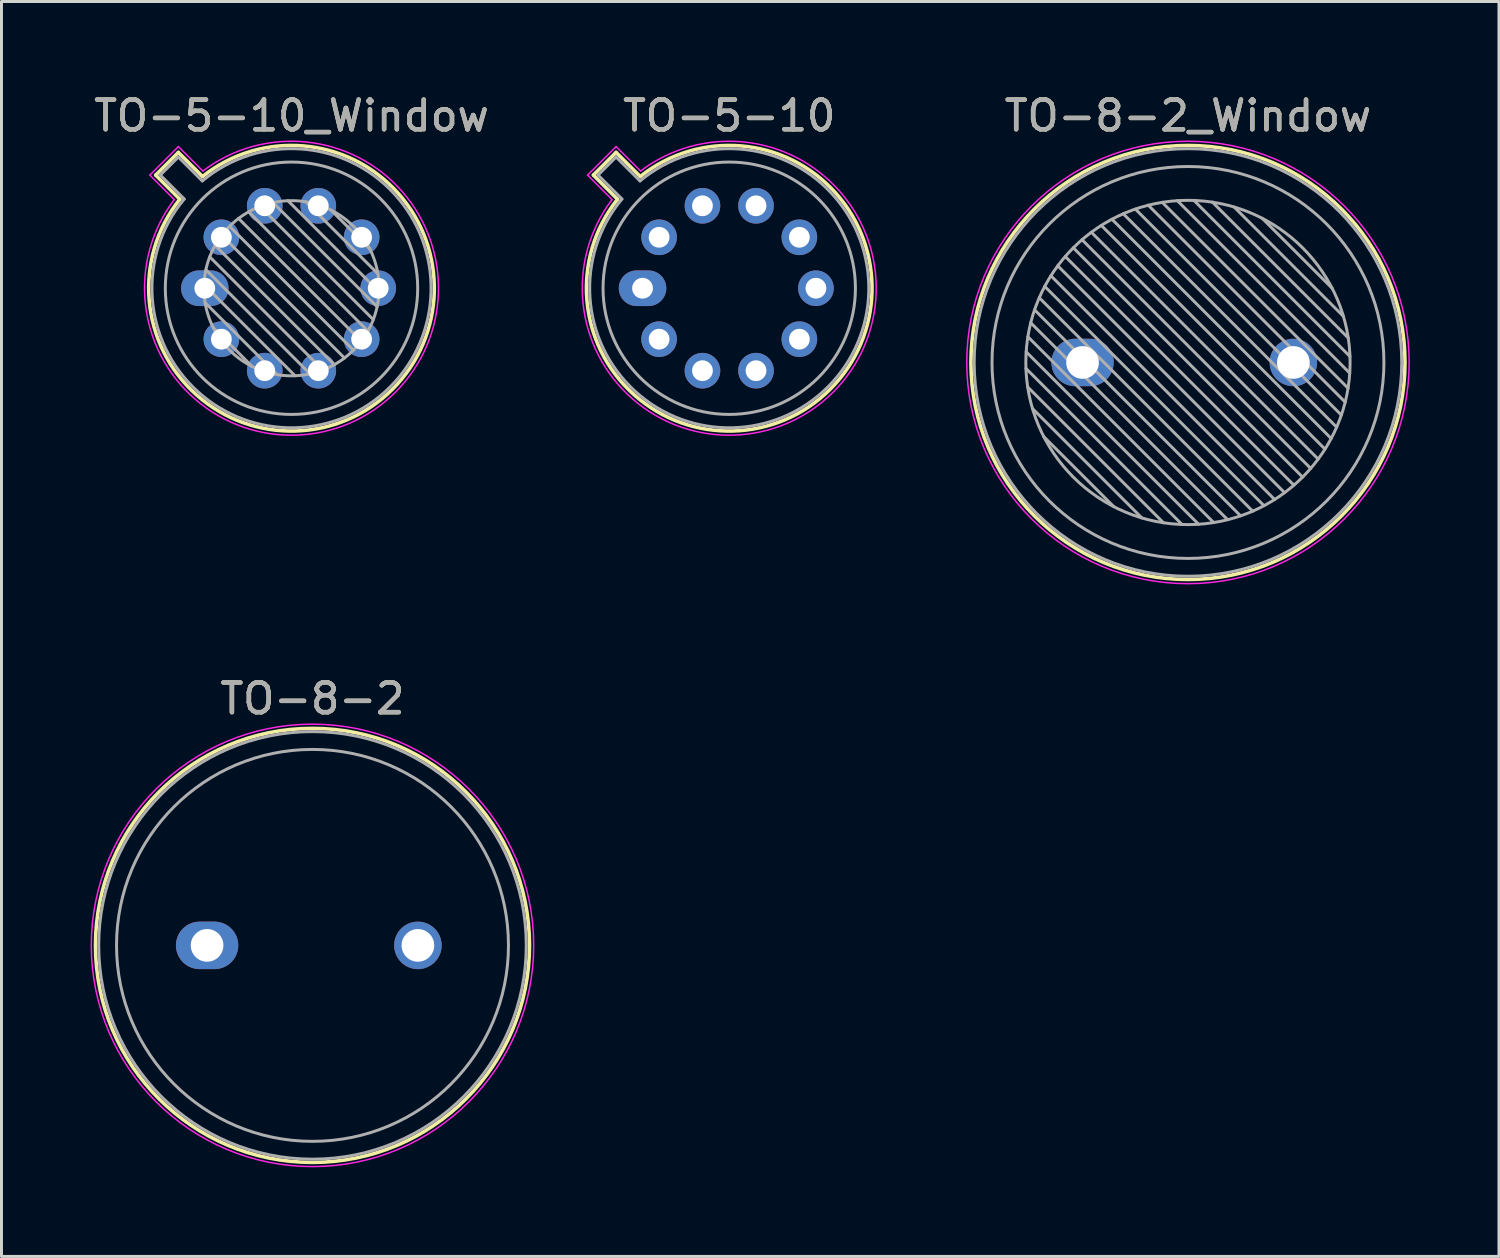
<source format=kicad_pcb>
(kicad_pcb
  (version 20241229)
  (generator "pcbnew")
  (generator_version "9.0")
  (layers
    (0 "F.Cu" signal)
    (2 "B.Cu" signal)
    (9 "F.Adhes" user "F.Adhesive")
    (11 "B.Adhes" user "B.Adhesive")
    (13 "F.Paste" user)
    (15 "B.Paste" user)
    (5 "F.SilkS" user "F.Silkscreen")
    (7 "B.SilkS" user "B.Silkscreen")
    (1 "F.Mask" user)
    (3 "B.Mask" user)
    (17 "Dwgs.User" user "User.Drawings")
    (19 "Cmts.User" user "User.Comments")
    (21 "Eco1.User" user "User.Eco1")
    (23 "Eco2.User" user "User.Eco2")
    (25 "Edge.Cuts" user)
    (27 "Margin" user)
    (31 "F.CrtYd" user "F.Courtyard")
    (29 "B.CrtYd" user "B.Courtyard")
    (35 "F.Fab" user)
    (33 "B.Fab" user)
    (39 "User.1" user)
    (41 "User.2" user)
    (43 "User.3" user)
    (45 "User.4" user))
  (footprint "TO-8-2"
    (layer "F.Cu")
    (at 3.925 28.791)
    (property "Reference" "TO-8-2" (at 3.55 -8.31 0) (layer "F.SilkS") (effects (font (size 1 1) (thickness 0.15))))
    (attr through_hole)
    (fp_circle (center 3.55 0) (end 10.86 0) (stroke (width 0.12) (type solid)) (fill no) (layer "F.SilkS"))
    (fp_circle (center 3.55 0) (end 11 0) (stroke (width 0.05) (type solid)) (fill no) (layer "F.CrtYd"))
    (fp_circle (center 3.55 0) (end 10.15 0) (stroke (width 0.1) (type solid)) (fill no) (layer "F.Fab"))
    (fp_circle (center 3.55 0) (end 10.75 0) (stroke (width 0.1) (type solid)) (fill no) (layer "F.Fab"))
    (fp_text user "${REFERENCE}" (at 3.55 -8.31 0) (layer "F.Fab") (effects (font (size 1 1) (thickness 0.15))))
    (pad "1" thru_hole oval (at 0 0) (size 2.1 1.6) (drill 1.1) (layers "*.Cu" "*.Mask"))
    (pad "2" thru_hole circle (at 7.1 0) (size 1.6 1.6) (drill 1.1) (layers "*.Cu" "*.Mask")))
  (footprint "TO-8-2_Window"
    (layer "F.Cu")
    (at 33.411 9.158)
    (property "Reference" "TO-8-2_Window" (at 3.55 -8.31 0) (layer "F.SilkS") (effects (font (size 1 1) (thickness 0.15))))
    (attr through_hole)
    (fp_circle (center 3.55 0) (end 10.86 0) (stroke (width 0.12) (type solid)) (fill no) (layer "F.SilkS"))
    (fp_circle (center 3.55 0) (end 11 0) (stroke (width 0.05) (type solid)) (fill no) (layer "F.CrtYd"))
    (fp_line (start -1.908 0.2) (end 3.35 5.458) (stroke (width 0.1) (type solid)) (layer "F.Fab"))
    (fp_line (start -1.9 -0.359) (end 3.909 5.45) (stroke (width 0.1) (type solid)) (layer "F.Fab"))
    (fp_line (start -1.849 0.825) (end 2.725 5.399) (stroke (width 0.1) (type solid)) (layer "F.Fab"))
    (fp_line (start -1.842 -0.867) (end 4.417 5.392) (stroke (width 0.1) (type solid)) (layer "F.Fab"))
    (fp_line (start -1.746 -1.336) (end 4.886 5.296) (stroke (width 0.1) (type solid)) (layer "F.Fab"))
    (fp_line (start -1.686 1.553) (end 1.997 5.236) (stroke (width 0.1) (type solid)) (layer "F.Fab"))
    (fp_line (start -1.616 -1.772) (end 5.322 5.166) (stroke (width 0.1) (type solid)) (layer "F.Fab"))
    (fp_line (start -1.458 -2.18) (end 5.73 5.008) (stroke (width 0.1) (type solid)) (layer "F.Fab"))
    (fp_line (start -1.307 2.498) (end 1.052 4.857) (stroke (width 0.1) (type solid)) (layer "F.Fab"))
    (fp_line (start -1.274 -2.561) (end 6.111 4.824) (stroke (width 0.1) (type solid)) (layer "F.Fab"))
    (fp_line (start -1.066 -2.919) (end 6.469 4.616) (stroke (width 0.1) (type solid)) (layer "F.Fab"))
    (fp_line (start -0.836 -3.255) (end 6.805 4.386) (stroke (width 0.1) (type solid)) (layer "F.Fab"))
    (fp_line (start -0.584 -3.569) (end 7.119 4.134) (stroke (width 0.1) (type solid)) (layer "F.Fab"))
    (fp_line (start -0.312 -3.862) (end 7.412 3.862) (stroke (width 0.1) (type solid)) (layer "F.Fab"))
    (fp_line (start -0.019 -4.134) (end 7.684 3.569) (stroke (width 0.1) (type solid)) (layer "F.Fab"))
    (fp_line (start 0.295 -4.386) (end 7.936 3.255) (stroke (width 0.1) (type solid)) (layer "F.Fab"))
    (fp_line (start 0.631 -4.616) (end 8.166 2.919) (stroke (width 0.1) (type solid)) (layer "F.Fab"))
    (fp_line (start 0.989 -4.824) (end 8.374 2.561) (stroke (width 0.1) (type solid)) (layer "F.Fab"))
    (fp_line (start 1.37 -5.008) (end 8.558 2.18) (stroke (width 0.1) (type solid)) (layer "F.Fab"))
    (fp_line (start 1.778 -5.166) (end 8.716 1.772) (stroke (width 0.1) (type solid)) (layer "F.Fab"))
    (fp_line (start 2.214 -5.296) (end 8.846 1.336) (stroke (width 0.1) (type solid)) (layer "F.Fab"))
    (fp_line (start 2.683 -5.392) (end 8.942 0.867) (stroke (width 0.1) (type solid)) (layer "F.Fab"))
    (fp_line (start 3.191 -5.45) (end 9 0.359) (stroke (width 0.1) (type solid)) (layer "F.Fab"))
    (fp_line (start 3.75 -5.458) (end 9.008 -0.2) (stroke (width 0.1) (type solid)) (layer "F.Fab"))
    (fp_line (start 4.375 -5.399) (end 8.949 -0.825) (stroke (width 0.1) (type solid)) (layer "F.Fab"))
    (fp_line (start 5.103 -5.236) (end 8.786 -1.553) (stroke (width 0.1) (type solid)) (layer "F.Fab"))
    (fp_line (start 6.048 -4.857) (end 8.407 -2.498) (stroke (width 0.1) (type solid)) (layer "F.Fab"))
    (fp_circle (center 3.55 0) (end 9.011 0) (stroke (width 0.1) (type solid)) (fill no) (layer "F.Fab"))
    (fp_circle (center 3.55 0) (end 10.15 0) (stroke (width 0.1) (type solid)) (fill no) (layer "F.Fab"))
    (fp_circle (center 3.55 0) (end 10.75 0) (stroke (width 0.1) (type solid)) (fill no) (layer "F.Fab"))
    (fp_text user "${REFERENCE}" (at 3.55 -8.31 0) (layer "F.Fab") (effects (font (size 1 1) (thickness 0.15))))
    (pad "1" thru_hole oval (at 0 0) (size 2.1 1.6) (drill 1.1) (layers "*.Cu" "*.Mask"))
    (pad "2" thru_hole circle (at 7.1 0) (size 1.6 1.6) (drill 1.1) (layers "*.Cu" "*.Mask")))
  (footprint "TO-5-10"
    (layer "F.Cu")
    (at 18.591 6.658)
    (property "Reference" "TO-5-10" (at 2.92 -5.81 0) (layer "F.SilkS") (effects (font (size 1 1) (thickness 0.15))))
    (attr through_hole)
    (fp_line (start -1.655 -3.811) (end -0.842 -2.998) (stroke (width 0.12) (type solid)) (layer "F.SilkS"))
    (fp_line (start -0.891 -4.575) (end -1.655 -3.811) (stroke (width 0.12) (type solid)) (layer "F.SilkS"))
    (fp_line (start -0.078 -3.762) (end -0.891 -4.575) (stroke (width 0.12) (type solid)) (layer "F.SilkS"))
    (fp_arc (start -0.077844 -3.76152) (mid 6.321184 3.401184) (end -0.84152 -2.997844) (stroke (width 0.12) (type solid)) (layer "F.SilkS"))
    (fp_line (start -1.851 -3.81) (end -1.028 -2.986) (stroke (width 0.05) (type solid)) (layer "F.CrtYd"))
    (fp_line (start -0.89 -4.771) (end -1.851 -3.81) (stroke (width 0.05) (type solid)) (layer "F.CrtYd"))
    (fp_line (start -0.066 -3.948) (end -0.89 -4.771) (stroke (width 0.05) (type solid)) (layer "F.CrtYd"))
    (fp_arc (start -0.066162 -3.947827) (mid 6.420179 3.500179) (end -1.027827 -2.986162) (stroke (width 0.05) (type solid)) (layer "F.CrtYd"))
    (fp_line (start -1.5 -3.812) (end -0.694 -3.005) (stroke (width 0.1) (type solid)) (layer "F.Fab"))
    (fp_line (start -0.892 -4.42) (end -1.5 -3.812) (stroke (width 0.1) (type solid)) (layer "F.Fab"))
    (fp_line (start -0.085 -3.614) (end -0.892 -4.42) (stroke (width 0.1) (type solid)) (layer "F.Fab"))
    (fp_arc (start -0.085408 -3.61352) (mid 6.243402 3.323402) (end -0.69352 -3.005408) (stroke (width 0.1) (type solid)) (layer "F.Fab"))
    (fp_circle (center 2.92 0) (end 7.17 0) (stroke (width 0.1) (type solid)) (fill no) (layer "F.Fab"))
    (fp_text user "${REFERENCE}" (at 2.92 -5.81 0) (layer "F.Fab") (effects (font (size 1 1) (thickness 0.15))))
    (pad "1" thru_hole oval (at 0 0) (size 1.6 1.2) (drill 0.7) (layers "*.Cu" "*.Mask"))
    (pad "2" thru_hole circle (at 0.558 1.716) (size 1.2 1.2) (drill 0.7) (layers "*.Cu" "*.Mask"))
    (pad "3" thru_hole circle (at 2.018 2.777) (size 1.2 1.2) (drill 0.7) (layers "*.Cu" "*.Mask"))
    (pad "4" thru_hole circle (at 3.822 2.777) (size 1.2 1.2) (drill 0.7) (layers "*.Cu" "*.Mask"))
    (pad "5" thru_hole circle (at 5.282 1.716) (size 1.2 1.2) (drill 0.7) (layers "*.Cu" "*.Mask"))
    (pad "6" thru_hole circle (at 5.84 0) (size 1.2 1.2) (drill 0.7) (layers "*.Cu" "*.Mask"))
    (pad "7" thru_hole circle (at 5.282 -1.716) (size 1.2 1.2) (drill 0.7) (layers "*.Cu" "*.Mask"))
    (pad "8" thru_hole circle (at 3.822 -2.777) (size 1.2 1.2) (drill 0.7) (layers "*.Cu" "*.Mask"))
    (pad "9" thru_hole circle (at 2.018 -2.777) (size 1.2 1.2) (drill 0.7) (layers "*.Cu" "*.Mask"))
    (pad "10" thru_hole circle (at 0.558 -1.716) (size 1.2 1.2) (drill 0.7) (layers "*.Cu" "*.Mask")))
  (footprint "TO-5-10_Window"
    (layer "F.Cu")
    (at 3.848 6.658)
    (property "Reference" "TO-5-10_Window" (at 2.92 -5.81 0) (layer "F.SilkS") (effects (font (size 1 1) (thickness 0.15))))
    (attr through_hole)
    (fp_line (start -1.655 -3.811) (end -0.842 -2.998) (stroke (width 0.12) (type solid)) (layer "F.SilkS"))
    (fp_line (start -0.891 -4.575) (end -1.655 -3.811) (stroke (width 0.12) (type solid)) (layer "F.SilkS"))
    (fp_line (start -0.078 -3.762) (end -0.891 -4.575) (stroke (width 0.12) (type solid)) (layer "F.SilkS"))
    (fp_arc (start -0.077844 -3.76152) (mid 6.321184 3.401184) (end -0.84152 -2.997844) (stroke (width 0.12) (type solid)) (layer "F.SilkS"))
    (fp_line (start -1.851 -3.81) (end -1.028 -2.986) (stroke (width 0.05) (type solid)) (layer "F.CrtYd"))
    (fp_line (start -0.89 -4.771) (end -1.851 -3.81) (stroke (width 0.05) (type solid)) (layer "F.CrtYd"))
    (fp_line (start -0.066 -3.948) (end -0.89 -4.771) (stroke (width 0.05) (type solid)) (layer "F.CrtYd"))
    (fp_arc (start -0.066162 -3.947827) (mid 6.420179 3.500179) (end -1.027827 -2.986162) (stroke (width 0.05) (type solid)) (layer "F.CrtYd"))
    (fp_line (start -1.5 -3.812) (end -0.694 -3.005) (stroke (width 0.1) (type solid)) (layer "F.Fab"))
    (fp_line (start -0.892 -4.42) (end -1.5 -3.812) (stroke (width 0.1) (type solid)) (layer "F.Fab"))
    (fp_line (start -0.085 -3.614) (end -0.892 -4.42) (stroke (width 0.1) (type solid)) (layer "F.Fab"))
    (fp_line (start -0.028 -0.12) (end 3.04 2.948) (stroke (width 0.1) (type solid)) (layer "F.Fab"))
    (fp_line (start 0.009 0.485) (end 2.435 2.911) (stroke (width 0.1) (type solid)) (layer "F.Fab"))
    (fp_line (start 0.036 -0.622) (end 3.542 2.884) (stroke (width 0.1) (type solid)) (layer "F.Fab"))
    (fp_line (start 0.165 -1.058) (end 3.978 2.755) (stroke (width 0.1) (type solid)) (layer "F.Fab"))
    (fp_line (start 0.283 1.324) (end 1.596 2.637) (stroke (width 0.1) (type solid)) (layer "F.Fab"))
    (fp_line (start 0.346 -1.443) (end 4.363 2.574) (stroke (width 0.1) (type solid)) (layer "F.Fab"))
    (fp_line (start 0.57 -1.784) (end 4.704 2.35) (stroke (width 0.1) (type solid)) (layer "F.Fab"))
    (fp_line (start 0.834 -2.086) (end 5.006 2.086) (stroke (width 0.1) (type solid)) (layer "F.Fab"))
    (fp_line (start 1.136 -2.35) (end 5.27 1.784) (stroke (width 0.1) (type solid)) (layer "F.Fab"))
    (fp_line (start 1.477 -2.574) (end 5.494 1.443) (stroke (width 0.1) (type solid)) (layer "F.Fab"))
    (fp_line (start 1.862 -2.755) (end 5.675 1.058) (stroke (width 0.1) (type solid)) (layer "F.Fab"))
    (fp_line (start 2.298 -2.884) (end 5.804 0.622) (stroke (width 0.1) (type solid)) (layer "F.Fab"))
    (fp_line (start 2.8 -2.948) (end 5.868 0.12) (stroke (width 0.1) (type solid)) (layer "F.Fab"))
    (fp_line (start 3.405 -2.911) (end 5.831 -0.485) (stroke (width 0.1) (type solid)) (layer "F.Fab"))
    (fp_line (start 4.244 -2.637) (end 5.557 -1.324) (stroke (width 0.1) (type solid)) (layer "F.Fab"))
    (fp_arc (start -0.085408 -3.61352) (mid 6.243402 3.323402) (end -0.69352 -3.005408) (stroke (width 0.1) (type solid)) (layer "F.Fab"))
    (fp_circle (center 2.92 0) (end 5.87 0) (stroke (width 0.1) (type solid)) (fill no) (layer "F.Fab"))
    (fp_circle (center 2.92 0) (end 7.17 0) (stroke (width 0.1) (type solid)) (fill no) (layer "F.Fab"))
    (fp_text user "${REFERENCE}" (at 2.92 -5.81 0) (layer "F.Fab") (effects (font (size 1 1) (thickness 0.15))))
    (pad "1" thru_hole oval (at 0 0) (size 1.6 1.2) (drill 0.7) (layers "*.Cu" "*.Mask"))
    (pad "2" thru_hole circle (at 0.558 1.716) (size 1.2 1.2) (drill 0.7) (layers "*.Cu" "*.Mask"))
    (pad "3" thru_hole circle (at 2.018 2.777) (size 1.2 1.2) (drill 0.7) (layers "*.Cu" "*.Mask"))
    (pad "4" thru_hole circle (at 3.822 2.777) (size 1.2 1.2) (drill 0.7) (layers "*.Cu" "*.Mask"))
    (pad "5" thru_hole circle (at 5.282 1.716) (size 1.2 1.2) (drill 0.7) (layers "*.Cu" "*.Mask"))
    (pad "6" thru_hole circle (at 5.84 0) (size 1.2 1.2) (drill 0.7) (layers "*.Cu" "*.Mask"))
    (pad "7" thru_hole circle (at 5.282 -1.716) (size 1.2 1.2) (drill 0.7) (layers "*.Cu" "*.Mask"))
    (pad "8" thru_hole circle (at 3.822 -2.777) (size 1.2 1.2) (drill 0.7) (layers "*.Cu" "*.Mask"))
    (pad "9" thru_hole circle (at 2.018 -2.777) (size 1.2 1.2) (drill 0.7) (layers "*.Cu" "*.Mask"))
    (pad "10" thru_hole circle (at 0.558 -1.716) (size 1.2 1.2) (drill 0.7) (layers "*.Cu" "*.Mask")))
  (gr_rect
    (start -3 -3)
    (end 47.436 39.267)
    (stroke (width 0.1) (type default))
    (fill no)
    (layer "Edge.Cuts")))
</source>
